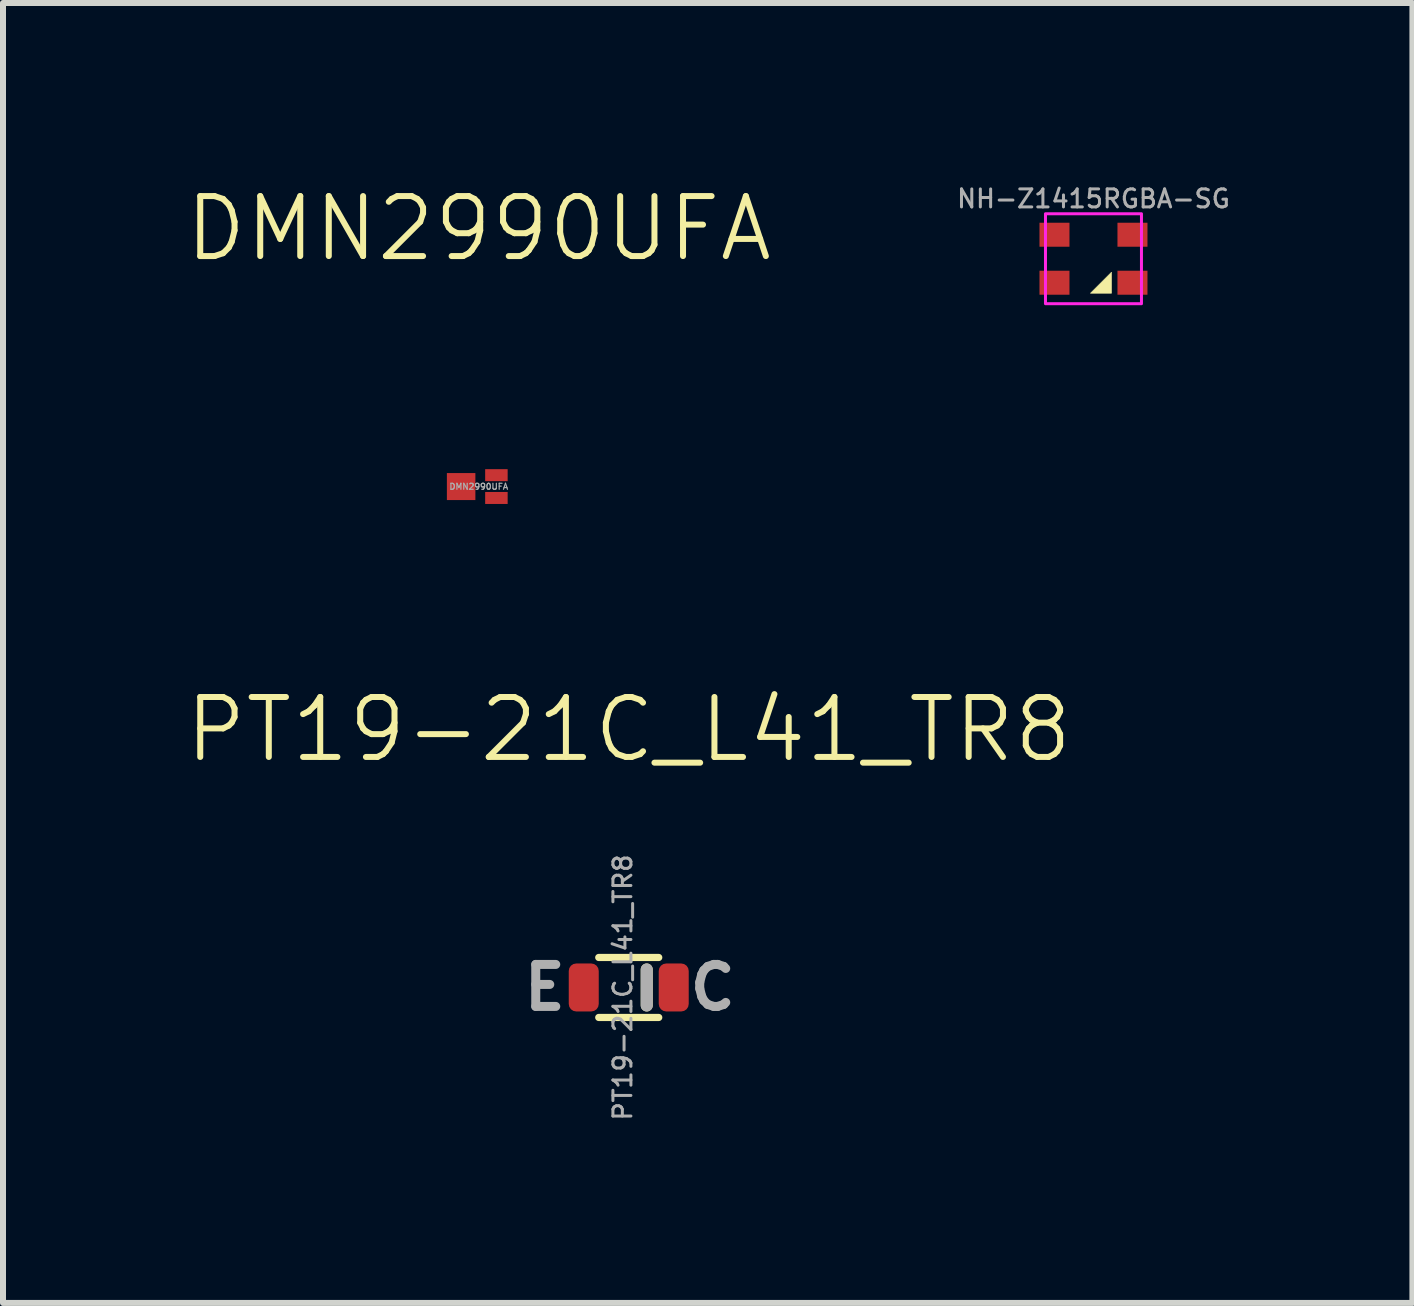
<source format=kicad_pcb>
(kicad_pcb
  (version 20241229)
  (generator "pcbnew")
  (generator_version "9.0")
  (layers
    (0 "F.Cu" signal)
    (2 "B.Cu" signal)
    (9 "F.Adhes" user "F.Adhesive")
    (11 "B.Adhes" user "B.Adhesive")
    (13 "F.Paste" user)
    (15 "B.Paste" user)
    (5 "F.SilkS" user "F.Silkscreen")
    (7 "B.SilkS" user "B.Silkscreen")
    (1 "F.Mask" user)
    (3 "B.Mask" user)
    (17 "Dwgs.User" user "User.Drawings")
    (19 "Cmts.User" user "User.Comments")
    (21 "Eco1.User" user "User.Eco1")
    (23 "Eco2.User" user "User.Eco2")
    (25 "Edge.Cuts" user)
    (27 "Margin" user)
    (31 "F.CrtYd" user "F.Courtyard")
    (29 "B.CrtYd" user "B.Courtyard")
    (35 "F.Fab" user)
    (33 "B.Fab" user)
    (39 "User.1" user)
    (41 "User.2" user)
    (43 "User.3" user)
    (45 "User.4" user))
  (footprint "PT19-21C_L41_TR8"
    (layer "F.Cu")
    (at 7.431 13.411)
    (property "Reference" "PT19-21C_L41_TR8" (at 0 -4.3 0) (unlocked yes) (layer "F.SilkS") (effects (font (size 1 1) (thickness 0.1))))
    (attr smd)
    (fp_line (start -0.5 -0.5) (end 0.5 -0.5) (stroke (width 0.12) (type default)) (layer "F.SilkS"))
    (fp_line (start -0.5 0.5) (end 0.5 0.5) (stroke (width 0.12) (type default)) (layer "F.SilkS"))
    (fp_line (start 0.3 -0.3) (end 0.3 0.3) (stroke (width 0.2) (type default)) (layer "F.SilkS"))
    (fp_line (start 0.3 -0.3) (end 0.3 0.3) (stroke (width 0.2) (type default)) (layer "F.Fab"))
    (fp_text user "E" (at -1.4 0 0) (unlocked yes) (layer "F.Fab") (effects (font (size 0.7 0.7) (thickness 0.15))))
    (fp_text user "C" (at 1.4 0 0) (unlocked yes) (layer "F.Fab") (effects (font (size 0.7 0.7) (thickness 0.15))))
    (fp_text user "${REFERENCE}" (at -0.1 0 90) (unlocked yes) (layer "F.Fab") (effects (font (size 0.3 0.3) (thickness 0.05))))
    (pad "1" smd roundrect (at -0.75 0) (size 0.5 0.8) (layers "F.Cu" "F.Mask" "F.Paste") (roundrect_rratio 0.25))
    (pad "2" smd roundrect (at 0.75 0) (size 0.5 0.8) (layers "F.Cu" "F.Mask" "F.Paste") (roundrect_rratio 0.25)))
  (footprint "DMN2990UFA"
    (layer "F.Cu")
    (at 4.931 5.061)
    (property "Reference" "DMN2990UFA" (at 0 -4.3 0) (unlocked yes) (layer "F.SilkS") (effects (font (size 1 1) (thickness 0.1))))
    (attr smd exclude_from_pos_files exclude_from_bom)
    (fp_text user "${REFERENCE}" (at 0 0 0) (unlocked yes) (layer "F.Fab") (effects (font (size 0.1 0.1) (thickness 0.02))))
    (pad "1" smd rect (at 0.294 0.19 90) (size 0.2 0.375) (layers "F.Cu" "F.Mask" "F.Paste"))
    (pad "2" smd rect (at 0.294 -0.19 90) (size 0.2 0.375) (layers "F.Cu" "F.Mask" "F.Paste"))
    (pad "3" smd rect (at -0.294 0 90) (size 0.45 0.475) (layers "F.Cu" "F.Mask" "F.Paste")))
  (footprint "NH-Z1415RGBA-SG"
    (layer "F.Cu")
    (at 15.178 1.263)
    (property "Reference" "NH-Z1415RGBA-SG" (at 0 -1 0) (unlocked yes) (layer "F.Fab") (effects (font (size 0.3 0.3) (thickness 0.05))))
    (attr smd)
    (fp_poly (pts (xy 0.3 0.225) (xy -0.05 0.575) (xy 0.3 0.575)) (stroke (width 0.01) (type solid)) (fill yes) (layer "F.SilkS"))
    (fp_rect (start -0.8 -0.75) (end 0.8 0.75) (stroke (width 0.05) (type default)) (fill no) (layer "F.CrtYd"))
    (pad "1" smd rect (at 0.65 -0.4) (size 0.5 0.4) (layers "F.Cu" "F.Mask" "F.Paste"))
    (pad "2" smd rect (at 0.65 0.4) (size 0.5 0.4) (layers "F.Cu" "F.Mask" "F.Paste"))
    (pad "3" smd rect (at -0.65 0.4) (size 0.5 0.4) (layers "F.Cu" "F.Mask" "F.Paste"))
    (pad "4" smd rect (at -0.65 -0.4) (size 0.5 0.4) (layers "F.Cu" "F.Mask" "F.Paste")))
  (gr_rect
    (start -3 -3)
    (end 20.495 18.67)
    (stroke (width 0.1) (type default))
    (fill no)
    (layer "Edge.Cuts")))
</source>
